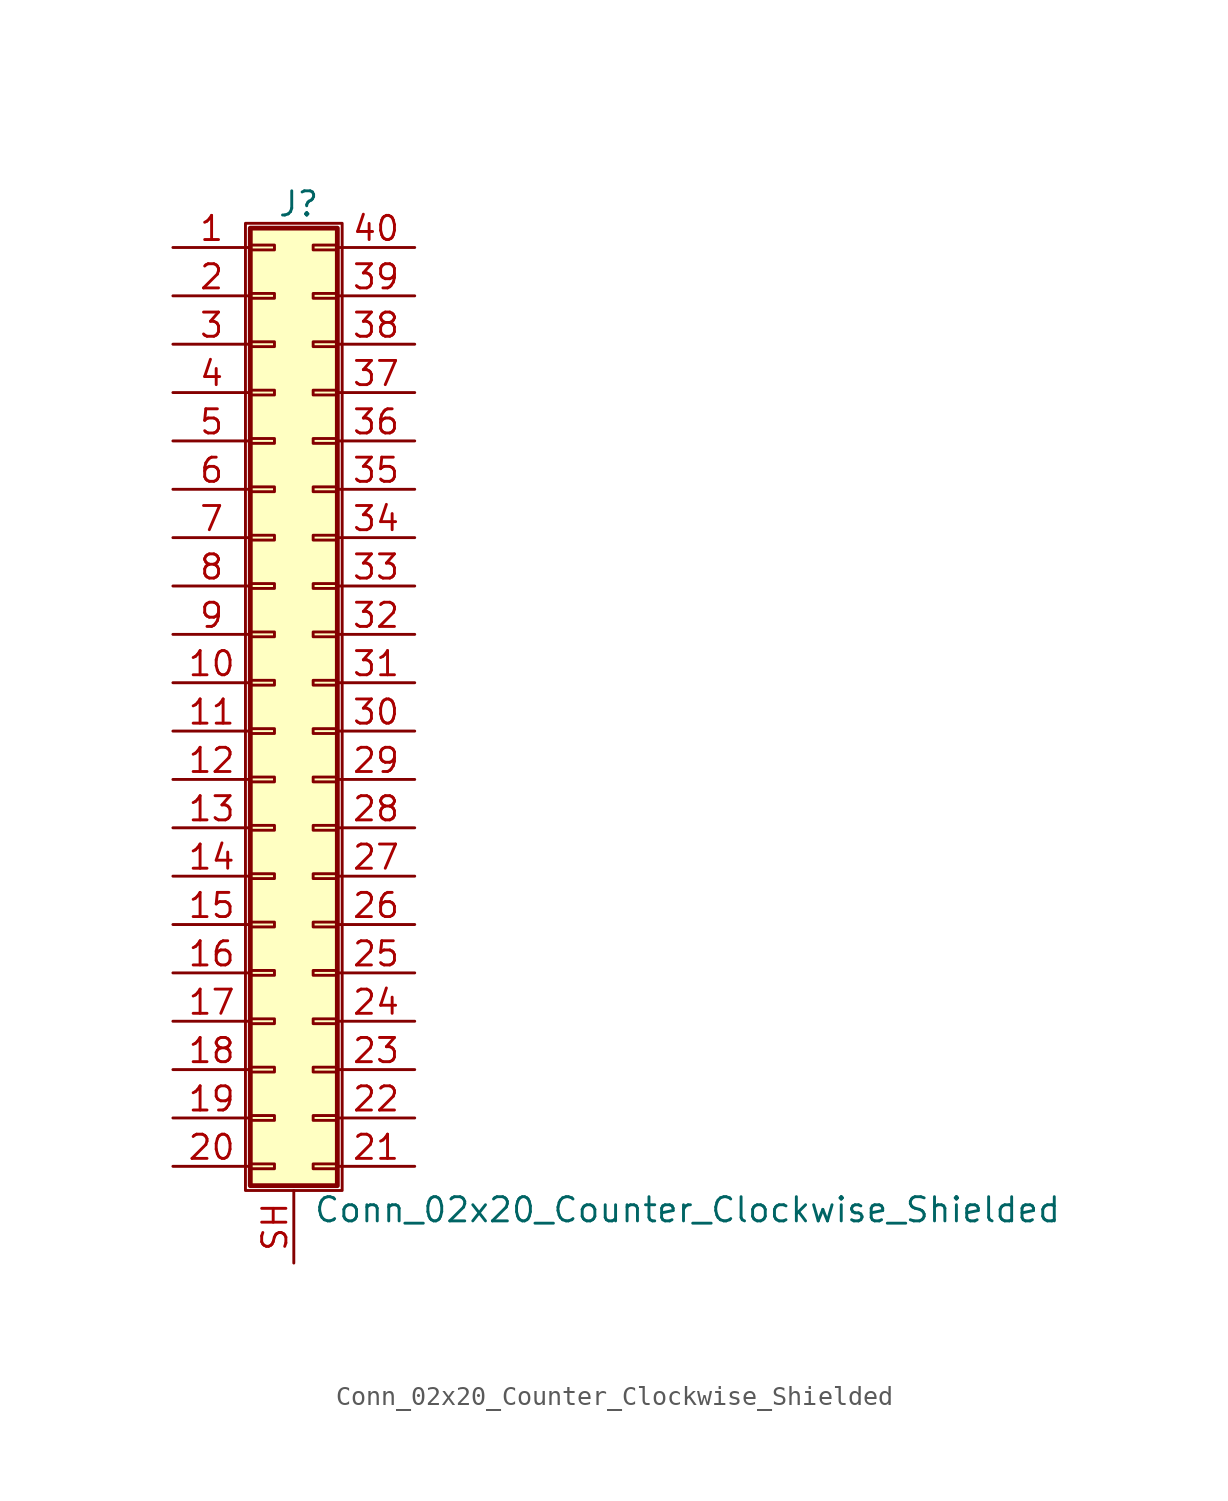
<source format=kicad_sym>
(kicad_symbol_lib
  (version 20201005)
  (generator kicad_symbol_editor)
  (symbol "Conn_02x20_Counter_Clockwise_Shielded"
    (pin_names
      (offset 1.016) hide)
    (property "Reference" "J"
      (at 1.524 25.146 0)
      (effects (font (size 1.27 1.27))))
    (property "Value" "Conn_02x20_Counter_Clockwise_Shielded"
      (at 2.286 -27.686 0)
      (effects (font (size 1.27 1.27)) (justify left)))
    (symbol "Conn_02x20_Counter_Clockwise_Shielded_1_1"
      (rectangle (start -1.27 24.13) (end 3.81 -26.67) (stroke (width 0.152)) (fill (type none)))
      (rectangle (start -1.016 -25.273) (end 0.254 -25.527) (stroke (width 0.152)) (fill (type none)))
      (rectangle (start -1.016 -22.733) (end 0.254 -22.987) (stroke (width 0.152)) (fill (type none)))
      (rectangle (start -1.016 -20.193) (end 0.254 -20.447) (stroke (width 0.152)) (fill (type none)))
      (rectangle (start -1.016 -17.653) (end 0.254 -17.907) (stroke (width 0.152)) (fill (type none)))
      (rectangle (start -1.016 -15.113) (end 0.254 -15.367) (stroke (width 0.152)) (fill (type none)))
      (rectangle (start -1.016 -12.573) (end 0.254 -12.827) (stroke (width 0.152)) (fill (type none)))
      (rectangle (start -1.016 -10.033) (end 0.254 -10.287) (stroke (width 0.152)) (fill (type none)))
      (rectangle (start -1.016 -7.493) (end 0.254 -7.747) (stroke (width 0.152)) (fill (type none)))
      (rectangle (start -1.016 -4.953) (end 0.254 -5.207) (stroke (width 0.152)) (fill (type none)))
      (rectangle (start -1.016 -2.413) (end 0.254 -2.667) (stroke (width 0.152)) (fill (type none)))
      (rectangle (start -1.016 0.127) (end 0.254 -0.127) (stroke (width 0.152)) (fill (type none)))
      (rectangle (start -1.016 2.667) (end 0.254 2.413) (stroke (width 0.152)) (fill (type none)))
      (rectangle (start -1.016 5.207) (end 0.254 4.953) (stroke (width 0.152)) (fill (type none)))
      (rectangle (start -1.016 7.747) (end 0.254 7.493) (stroke (width 0.152)) (fill (type none)))
      (rectangle (start -1.016 10.287) (end 0.254 10.033) (stroke (width 0.152)) (fill (type none)))
      (rectangle (start -1.016 12.827) (end 0.254 12.573) (stroke (width 0.152)) (fill (type none)))
      (rectangle (start -1.016 15.367) (end 0.254 15.113) (stroke (width 0.152)) (fill (type none)))
      (rectangle (start -1.016 17.907) (end 0.254 17.653) (stroke (width 0.152)) (fill (type none)))
      (rectangle (start -1.016 20.447) (end 0.254 20.193) (stroke (width 0.152)) (fill (type none)))
      (rectangle (start -1.016 22.987) (end 0.254 22.733) (stroke (width 0.152)) (fill (type none)))
      (rectangle (start 3.556 -25.273) (end 2.286 -25.527) (stroke (width 0.152)) (fill (type none)))
      (rectangle (start 3.556 -22.733) (end 2.286 -22.987) (stroke (width 0.152)) (fill (type none)))
      (rectangle (start 3.556 -20.193) (end 2.286 -20.447) (stroke (width 0.152)) (fill (type none)))
      (rectangle (start 3.556 -17.653) (end 2.286 -17.907) (stroke (width 0.152)) (fill (type none)))
      (rectangle (start 3.556 -15.113) (end 2.286 -15.367) (stroke (width 0.152)) (fill (type none)))
      (rectangle (start 3.556 -12.573) (end 2.286 -12.827) (stroke (width 0.152)) (fill (type none)))
      (rectangle (start 3.556 -10.033) (end 2.286 -10.287) (stroke (width 0.152)) (fill (type none)))
      (rectangle (start 3.556 -7.493) (end 2.286 -7.747) (stroke (width 0.152)) (fill (type none)))
      (rectangle (start 3.556 -4.953) (end 2.286 -5.207) (stroke (width 0.152)) (fill (type none)))
      (rectangle (start 3.556 -2.413) (end 2.286 -2.667) (stroke (width 0.152)) (fill (type none)))
      (rectangle (start 3.556 0.127) (end 2.286 -0.127) (stroke (width 0.152)) (fill (type none)))
      (rectangle (start 3.556 2.667) (end 2.286 2.413) (stroke (width 0.152)) (fill (type none)))
      (rectangle (start 3.556 5.207) (end 2.286 4.953) (stroke (width 0.152)) (fill (type none)))
      (rectangle (start 3.556 7.747) (end 2.286 7.493) (stroke (width 0.152)) (fill (type none)))
      (rectangle (start 3.556 10.287) (end 2.286 10.033) (stroke (width 0.152)) (fill (type none)))
      (rectangle (start 3.556 12.827) (end 2.286 12.573) (stroke (width 0.152)) (fill (type none)))
      (rectangle (start 3.556 15.367) (end 2.286 15.113) (stroke (width 0.152)) (fill (type none)))
      (rectangle (start 3.556 17.907) (end 2.286 17.653) (stroke (width 0.152)) (fill (type none)))
      (rectangle (start 3.556 20.447) (end 2.286 20.193) (stroke (width 0.152)) (fill (type none)))
      (rectangle (start 3.556 22.987) (end 2.286 22.733) (stroke (width 0.152)) (fill (type none)))
      (rectangle (start -1.016 23.876) (end 3.556 -26.416) (stroke (width 0.254)) (fill (type background)))
      (pin passive line (at -5.08 22.86 0) (length 4.064) (name "Pin_1" (effects (font (size 1.27 1.27)))) (number "1" (effects (font (size 1.27 1.27)))))
      (pin passive line (at -5.08 0 0) (length 4.064) (name "Pin_10" (effects (font (size 1.27 1.27)))) (number "10" (effects (font (size 1.27 1.27)))))
      (pin passive line (at -5.08 -2.54 0) (length 4.064) (name "Pin_11" (effects (font (size 1.27 1.27)))) (number "11" (effects (font (size 1.27 1.27)))))
      (pin passive line (at -5.08 -5.08 0) (length 4.064) (name "Pin_12" (effects (font (size 1.27 1.27)))) (number "12" (effects (font (size 1.27 1.27)))))
      (pin passive line (at -5.08 -7.62 0) (length 4.064) (name "Pin_13" (effects (font (size 1.27 1.27)))) (number "13" (effects (font (size 1.27 1.27)))))
      (pin passive line (at -5.08 -10.16 0) (length 4.064) (name "Pin_14" (effects (font (size 1.27 1.27)))) (number "14" (effects (font (size 1.27 1.27)))))
      (pin passive line (at -5.08 -12.7 0) (length 4.064) (name "Pin_15" (effects (font (size 1.27 1.27)))) (number "15" (effects (font (size 1.27 1.27)))))
      (pin passive line (at -5.08 -15.24 0) (length 4.064) (name "Pin_16" (effects (font (size 1.27 1.27)))) (number "16" (effects (font (size 1.27 1.27)))))
      (pin passive line (at -5.08 -17.78 0) (length 4.064) (name "Pin_17" (effects (font (size 1.27 1.27)))) (number "17" (effects (font (size 1.27 1.27)))))
      (pin passive line (at -5.08 -20.32 0) (length 4.064) (name "Pin_18" (effects (font (size 1.27 1.27)))) (number "18" (effects (font (size 1.27 1.27)))))
      (pin passive line (at -5.08 -22.86 0) (length 4.064) (name "Pin_19" (effects (font (size 1.27 1.27)))) (number "19" (effects (font (size 1.27 1.27)))))
      (pin passive line (at -5.08 20.32 0) (length 4.064) (name "Pin_2" (effects (font (size 1.27 1.27)))) (number "2" (effects (font (size 1.27 1.27)))))
      (pin passive line (at -5.08 -25.4 0) (length 4.064) (name "Pin_20" (effects (font (size 1.27 1.27)))) (number "20" (effects (font (size 1.27 1.27)))))
      (pin passive line (at 7.62 -25.4 180) (length 4.064) (name "Pin_21" (effects (font (size 1.27 1.27)))) (number "21" (effects (font (size 1.27 1.27)))))
      (pin passive line (at 7.62 -22.86 180) (length 4.064) (name "Pin_22" (effects (font (size 1.27 1.27)))) (number "22" (effects (font (size 1.27 1.27)))))
      (pin passive line (at 7.62 -20.32 180) (length 4.064) (name "Pin_23" (effects (font (size 1.27 1.27)))) (number "23" (effects (font (size 1.27 1.27)))))
      (pin passive line (at 7.62 -17.78 180) (length 4.064) (name "Pin_24" (effects (font (size 1.27 1.27)))) (number "24" (effects (font (size 1.27 1.27)))))
      (pin passive line (at 7.62 -15.24 180) (length 4.064) (name "Pin_25" (effects (font (size 1.27 1.27)))) (number "25" (effects (font (size 1.27 1.27)))))
      (pin passive line (at 7.62 -12.7 180) (length 4.064) (name "Pin_26" (effects (font (size 1.27 1.27)))) (number "26" (effects (font (size 1.27 1.27)))))
      (pin passive line (at 7.62 -10.16 180) (length 4.064) (name "Pin_27" (effects (font (size 1.27 1.27)))) (number "27" (effects (font (size 1.27 1.27)))))
      (pin passive line (at 7.62 -7.62 180) (length 4.064) (name "Pin_28" (effects (font (size 1.27 1.27)))) (number "28" (effects (font (size 1.27 1.27)))))
      (pin passive line (at 7.62 -5.08 180) (length 4.064) (name "Pin_29" (effects (font (size 1.27 1.27)))) (number "29" (effects (font (size 1.27 1.27)))))
      (pin passive line (at -5.08 17.78 0) (length 4.064) (name "Pin_3" (effects (font (size 1.27 1.27)))) (number "3" (effects (font (size 1.27 1.27)))))
      (pin passive line (at 7.62 -2.54 180) (length 4.064) (name "Pin_30" (effects (font (size 1.27 1.27)))) (number "30" (effects (font (size 1.27 1.27)))))
      (pin passive line (at 7.62 0 180) (length 4.064) (name "Pin_31" (effects (font (size 1.27 1.27)))) (number "31" (effects (font (size 1.27 1.27)))))
      (pin passive line (at 7.62 2.54 180) (length 4.064) (name "Pin_32" (effects (font (size 1.27 1.27)))) (number "32" (effects (font (size 1.27 1.27)))))
      (pin passive line (at 7.62 5.08 180) (length 4.064) (name "Pin_33" (effects (font (size 1.27 1.27)))) (number "33" (effects (font (size 1.27 1.27)))))
      (pin passive line (at 7.62 7.62 180) (length 4.064) (name "Pin_34" (effects (font (size 1.27 1.27)))) (number "34" (effects (font (size 1.27 1.27)))))
      (pin passive line (at 7.62 10.16 180) (length 4.064) (name "Pin_35" (effects (font (size 1.27 1.27)))) (number "35" (effects (font (size 1.27 1.27)))))
      (pin passive line (at 7.62 12.7 180) (length 4.064) (name "Pin_36" (effects (font (size 1.27 1.27)))) (number "36" (effects (font (size 1.27 1.27)))))
      (pin passive line (at 7.62 15.24 180) (length 4.064) (name "Pin_37" (effects (font (size 1.27 1.27)))) (number "37" (effects (font (size 1.27 1.27)))))
      (pin passive line (at 7.62 17.78 180) (length 4.064) (name "Pin_38" (effects (font (size 1.27 1.27)))) (number "38" (effects (font (size 1.27 1.27)))))
      (pin passive line (at 7.62 20.32 180) (length 4.064) (name "Pin_39" (effects (font (size 1.27 1.27)))) (number "39" (effects (font (size 1.27 1.27)))))
      (pin passive line (at -5.08 15.24 0) (length 4.064) (name "Pin_4" (effects (font (size 1.27 1.27)))) (number "4" (effects (font (size 1.27 1.27)))))
      (pin passive line (at 7.62 22.86 180) (length 4.064) (name "Pin_40" (effects (font (size 1.27 1.27)))) (number "40" (effects (font (size 1.27 1.27)))))
      (pin passive line (at -5.08 12.7 0) (length 4.064) (name "Pin_5" (effects (font (size 1.27 1.27)))) (number "5" (effects (font (size 1.27 1.27)))))
      (pin passive line (at -5.08 10.16 0) (length 4.064) (name "Pin_6" (effects (font (size 1.27 1.27)))) (number "6" (effects (font (size 1.27 1.27)))))
      (pin passive line (at -5.08 7.62 0) (length 4.064) (name "Pin_7" (effects (font (size 1.27 1.27)))) (number "7" (effects (font (size 1.27 1.27)))))
      (pin passive line (at -5.08 5.08 0) (length 4.064) (name "Pin_8" (effects (font (size 1.27 1.27)))) (number "8" (effects (font (size 1.27 1.27)))))
      (pin passive line (at -5.08 2.54 0) (length 4.064) (name "Pin_9" (effects (font (size 1.27 1.27)))) (number "9" (effects (font (size 1.27 1.27)))))
      (pin passive line (at 1.27 -30.48 90) (length 3.81) (name "Shield" (effects (font (size 1.27 1.27)))) (number "SH" (effects (font (size 1.27 1.27))))))))
</source>
